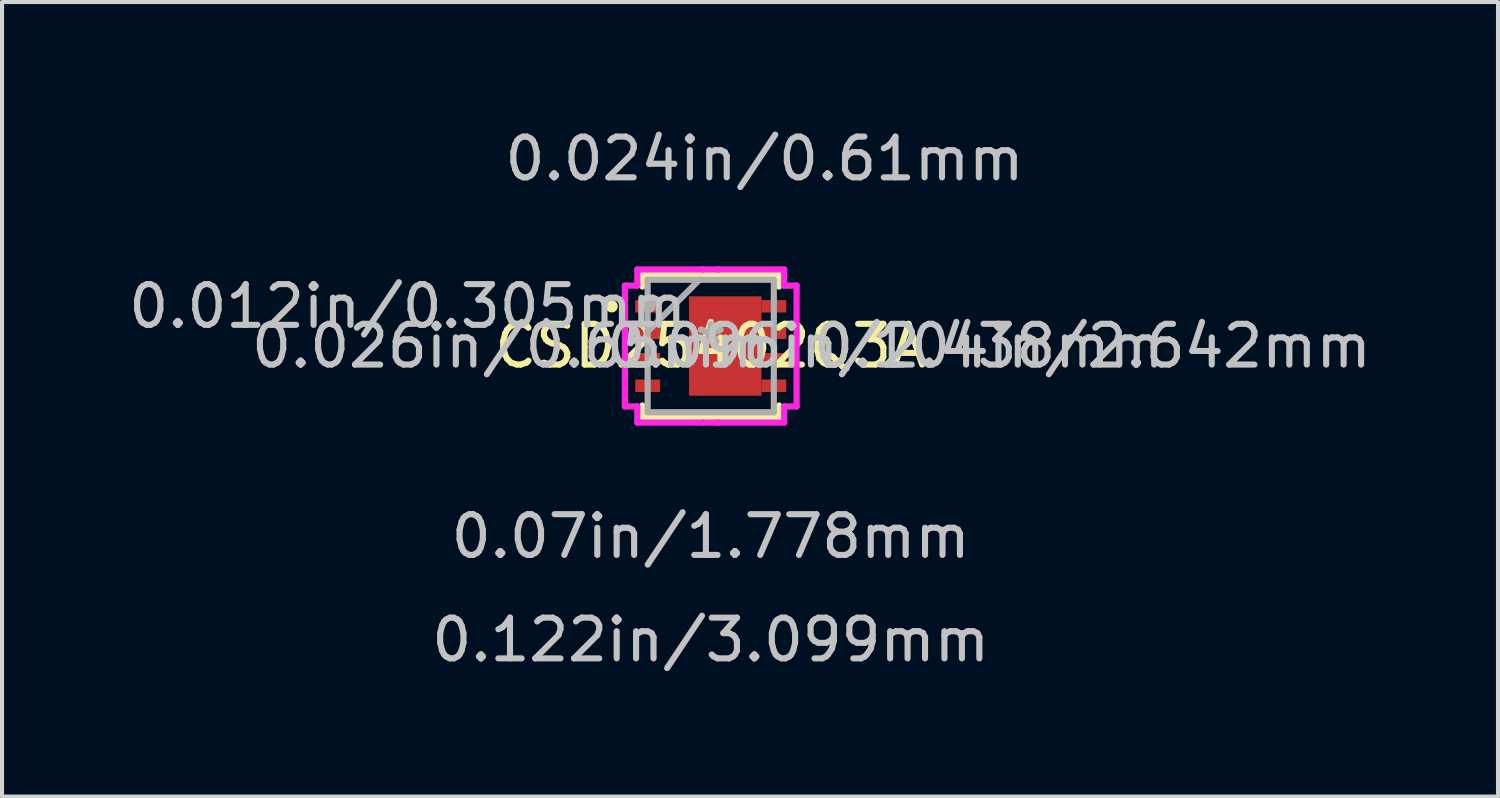
<source format=kicad_pcb>
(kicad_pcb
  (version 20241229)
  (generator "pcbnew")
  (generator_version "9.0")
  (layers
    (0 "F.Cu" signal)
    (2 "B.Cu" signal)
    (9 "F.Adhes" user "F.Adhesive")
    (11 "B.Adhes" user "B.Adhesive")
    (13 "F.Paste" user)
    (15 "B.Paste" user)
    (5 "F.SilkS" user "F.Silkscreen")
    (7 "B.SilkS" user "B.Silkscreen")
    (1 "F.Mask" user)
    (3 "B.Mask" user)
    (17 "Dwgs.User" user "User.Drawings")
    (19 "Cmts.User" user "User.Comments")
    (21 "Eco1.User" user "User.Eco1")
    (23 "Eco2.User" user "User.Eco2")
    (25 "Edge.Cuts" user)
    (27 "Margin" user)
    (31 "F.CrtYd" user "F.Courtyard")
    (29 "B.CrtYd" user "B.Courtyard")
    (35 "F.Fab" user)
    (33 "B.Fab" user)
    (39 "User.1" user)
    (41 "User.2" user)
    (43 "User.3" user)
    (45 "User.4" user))
  (footprint "CSD25402Q3A"
    (layer "F.Cu")
    (at 14.401 5.446)
    (property "Reference" "CSD25402Q3A" (at 0 0 0) (layer "F.SilkS") (effects (font (size 1 1) (thickness 0.15))))
    (attr through_hole)
    (fp_line (start -1.676 -1.753) (end -1.676 -1.46) (stroke (width 0.152) (type solid)) (layer "F.SilkS"))
    (fp_line (start -1.676 1.46) (end -1.676 1.753) (stroke (width 0.152) (type solid)) (layer "F.SilkS"))
    (fp_line (start -1.676 1.753) (end 1.676 1.753) (stroke (width 0.152) (type solid)) (layer "F.SilkS"))
    (fp_line (start 1.676 -1.753) (end -1.676 -1.753) (stroke (width 0.152) (type solid)) (layer "F.SilkS"))
    (fp_line (start 1.676 -1.46) (end 1.676 -1.753) (stroke (width 0.152) (type solid)) (layer "F.SilkS"))
    (fp_line (start 1.676 1.753) (end 1.676 1.46) (stroke (width 0.152) (type solid)) (layer "F.SilkS"))
    (fp_circle (center -2.433 -0.975) (end -2.357 -0.975) (stroke (width 0.152) (type solid)) (fill no) (layer "F.SilkS"))
    (fp_line (start -0.889 -1.219) (end -0.889 1.219) (stroke (width 0.152) (type solid)) (layer "F.Paste"))
    (fp_line (start -0.889 1.219) (end 0.889 1.219) (stroke (width 0.152) (type solid)) (layer "F.Paste"))
    (fp_line (start 0.889 -1.219) (end -0.889 -1.219) (stroke (width 0.152) (type solid)) (layer "F.Paste"))
    (fp_line (start 0.889 1.219) (end 0.889 -1.219) (stroke (width 0.152) (type solid)) (layer "F.Paste"))
    (fp_line (start -2.108 -1.483) (end -1.803 -1.483) (stroke (width 0.152) (type solid)) (layer "F.CrtYd"))
    (fp_line (start -2.108 1.483) (end -2.108 -1.483) (stroke (width 0.152) (type solid)) (layer "F.CrtYd"))
    (fp_line (start -1.803 -1.88) (end -0.183 -1.88) (stroke (width 0.152) (type solid)) (layer "F.CrtYd"))
    (fp_line (start -1.803 -1.483) (end -1.803 -1.88) (stroke (width 0.152) (type solid)) (layer "F.CrtYd"))
    (fp_line (start -1.803 1.483) (end -2.108 1.483) (stroke (width 0.152) (type solid)) (layer "F.CrtYd"))
    (fp_line (start -1.803 1.88) (end -1.803 1.483) (stroke (width 0.152) (type solid)) (layer "F.CrtYd"))
    (fp_line (start -0.183 -1.88) (end -0.183 -1.88) (stroke (width 0.152) (type solid)) (layer "F.CrtYd"))
    (fp_line (start -0.183 -1.88) (end 0.183 -1.88) (stroke (width 0.152) (type solid)) (layer "F.CrtYd"))
    (fp_line (start -0.183 1.88) (end -1.803 1.88) (stroke (width 0.152) (type solid)) (layer "F.CrtYd"))
    (fp_line (start -0.183 1.88) (end -0.183 1.88) (stroke (width 0.152) (type solid)) (layer "F.CrtYd"))
    (fp_line (start 0.183 -1.88) (end 0.183 -1.88) (stroke (width 0.152) (type solid)) (layer "F.CrtYd"))
    (fp_line (start 0.183 -1.88) (end 1.803 -1.88) (stroke (width 0.152) (type solid)) (layer "F.CrtYd"))
    (fp_line (start 0.183 1.88) (end -0.183 1.88) (stroke (width 0.152) (type solid)) (layer "F.CrtYd"))
    (fp_line (start 0.183 1.88) (end 0.183 1.88) (stroke (width 0.152) (type solid)) (layer "F.CrtYd"))
    (fp_line (start 1.803 -1.88) (end 1.803 -1.483) (stroke (width 0.152) (type solid)) (layer "F.CrtYd"))
    (fp_line (start 1.803 -1.483) (end 2.108 -1.483) (stroke (width 0.152) (type solid)) (layer "F.CrtYd"))
    (fp_line (start 1.803 1.483) (end 1.803 1.88) (stroke (width 0.152) (type solid)) (layer "F.CrtYd"))
    (fp_line (start 1.803 1.88) (end 0.183 1.88) (stroke (width 0.152) (type solid)) (layer "F.CrtYd"))
    (fp_line (start 2.108 -1.483) (end 2.108 1.483) (stroke (width 0.152) (type solid)) (layer "F.CrtYd"))
    (fp_line (start 2.108 1.483) (end 1.803 1.483) (stroke (width 0.152) (type solid)) (layer "F.CrtYd"))
    (fp_line (start -1.549 -1.626) (end -1.549 1.626) (stroke (width 0.152) (type solid)) (layer "F.Fab"))
    (fp_line (start -1.549 -0.356) (end -0.279 -1.626) (stroke (width 0.152) (type solid)) (layer "F.Fab"))
    (fp_line (start -1.549 1.626) (end 1.549 1.626) (stroke (width 0.152) (type solid)) (layer "F.Fab"))
    (fp_line (start 1.549 -1.626) (end -1.549 -1.626) (stroke (width 0.152) (type solid)) (layer "F.Fab"))
    (fp_line (start 1.549 1.626) (end 1.549 -1.626) (stroke (width 0.152) (type solid)) (layer "F.Fab"))
    (fp_circle (center -1.499 -0.975) (end -1.422 -0.975) (stroke (width 0.152) (type solid)) (fill no) (layer "F.Fab"))
    (fp_text user "*" (at 0 0 0) (layer "F.SilkS") (effects (font (size 1 1) (thickness 0.15))))
    (fp_text user "0.012in/0.305mm" (at -7.442 -0.975 0) (layer "Dwgs.User") (effects (font (size 1 1) (thickness 0.15))))
    (fp_text user "0.096in/2.438mm" (at 4.293 0 0) (layer "Dwgs.User") (effects (font (size 1 1) (thickness 0.15))))
    (fp_text user "0.122in/3.099mm" (at 0 7.214 0) (layer "Dwgs.User") (effects (font (size 1 1) (thickness 0.15))))
    (fp_text user "0.026in/0.65mm" (at -4.902 0 0) (layer "Dwgs.User") (effects (font (size 1 1) (thickness 0.15))))
    (fp_text user "0.104in/2.642mm" (at 9.373 0 0) (layer "Dwgs.User") (effects (font (size 1 1) (thickness 0.15))))
    (fp_text user "0.024in/0.61mm" (at 1.321 -4.597 0) (layer "Dwgs.User") (effects (font (size 1 1) (thickness 0.15))))
    (fp_text user "0.07in/1.778mm" (at 0 4.674 0) (layer "Dwgs.User") (effects (font (size 1 1) (thickness 0.15))))
    (fp_text user "Copyright 2016 Accelerated Designs. All rights reserved." (at 0 0 0) (layer "Cmts.User") (effects (font (size 0.127 0.127) (thickness 0.002))))
    (fp_text user "*" (at 0 0 0) (layer "F.Fab") (effects (font (size 1 1) (thickness 0.15))))
    (pad "1" smd rect (at -1.549 -0.975) (size 0.61 0.305) (layers "F.Cu" "F.Mask" "F.Paste"))
    (pad "2" smd rect (at -1.549 -0.325) (size 0.61 0.305) (layers "F.Cu" "F.Mask" "F.Paste"))
    (pad "3" smd rect (at -1.549 0.325) (size 0.61 0.305) (layers "F.Cu" "F.Mask" "F.Paste"))
    (pad "4" smd rect (at -1.549 0.975) (size 0.61 0.305) (layers "F.Cu" "F.Mask" "F.Paste"))
    (pad "5" smd rect (at 1.549 0.975) (size 0.61 0.305) (layers "F.Cu" "F.Mask" "F.Paste"))
    (pad "6" smd rect (at 1.549 0.325) (size 0.61 0.305) (layers "F.Cu" "F.Mask" "F.Paste"))
    (pad "7" smd rect (at 1.549 -0.325) (size 0.61 0.305) (layers "F.Cu" "F.Mask" "F.Paste"))
    (pad "8" smd rect (at 1.549 -0.975) (size 0.61 0.305) (layers "F.Cu" "F.Mask" "F.Paste"))
    (pad "9" smd rect (at 0.356 0) (size 1.778 2.438) (layers "F.Cu" "F.Mask" "F.Paste")))
  (gr_rect
    (start -3 -3)
    (end 33.731 16.508)
    (stroke (width 0.1) (type default))
    (fill no)
    (layer "Edge.Cuts")))
</source>
